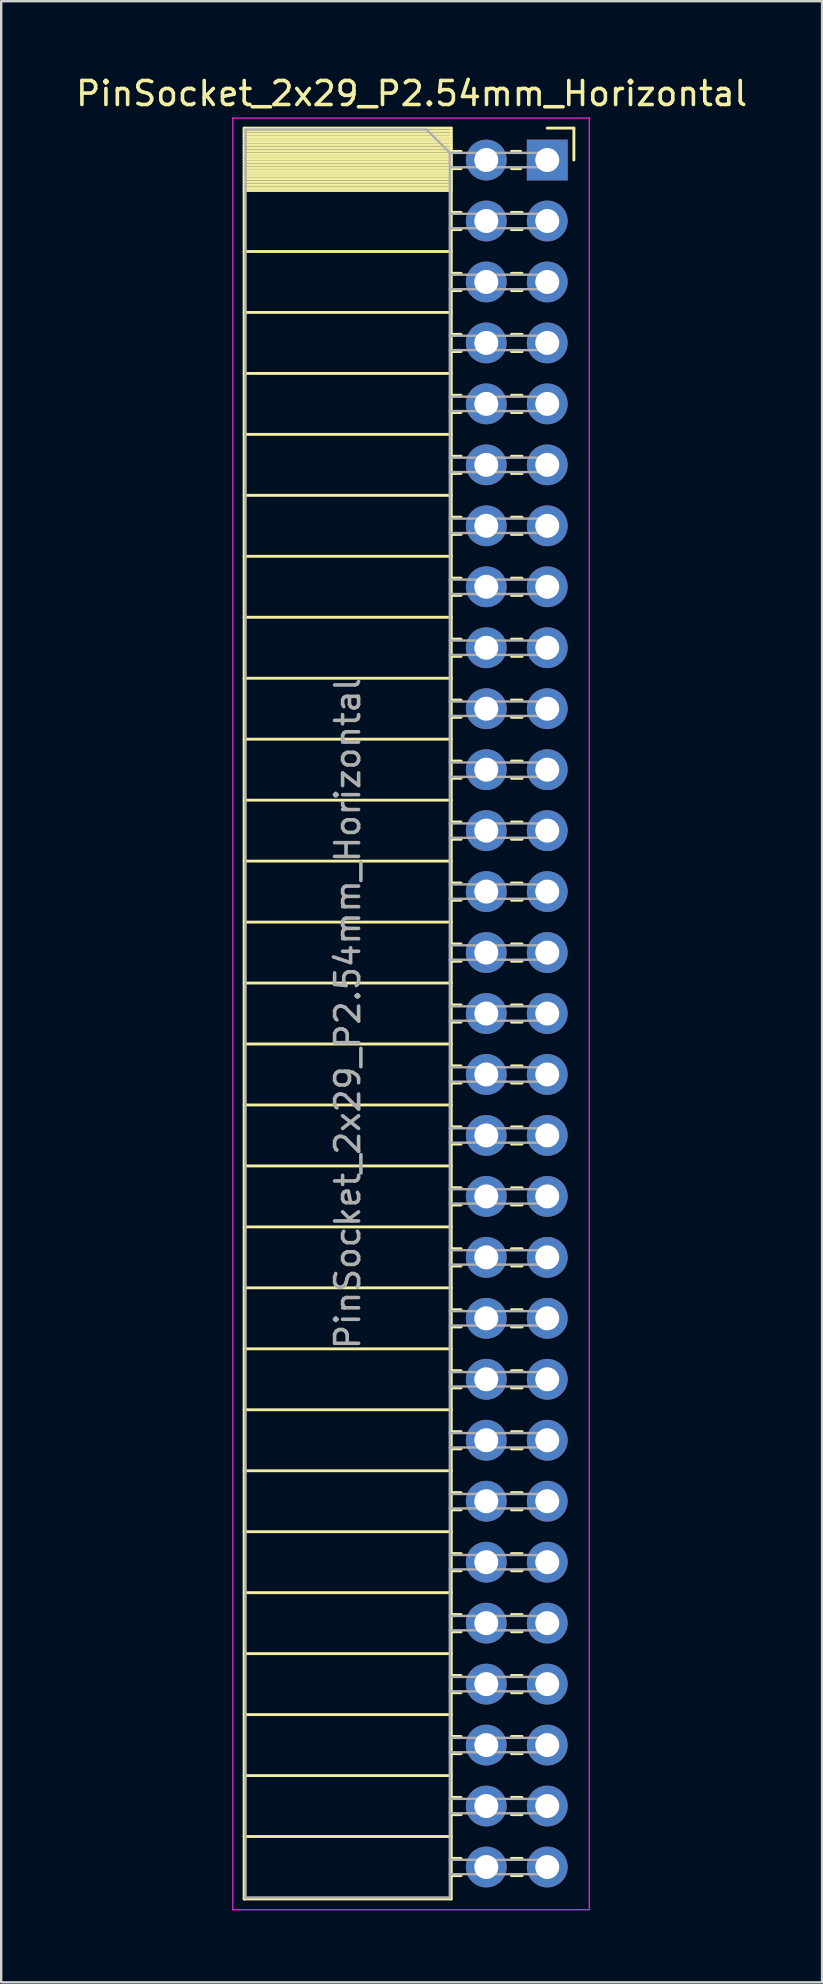
<source format=kicad_pcb>
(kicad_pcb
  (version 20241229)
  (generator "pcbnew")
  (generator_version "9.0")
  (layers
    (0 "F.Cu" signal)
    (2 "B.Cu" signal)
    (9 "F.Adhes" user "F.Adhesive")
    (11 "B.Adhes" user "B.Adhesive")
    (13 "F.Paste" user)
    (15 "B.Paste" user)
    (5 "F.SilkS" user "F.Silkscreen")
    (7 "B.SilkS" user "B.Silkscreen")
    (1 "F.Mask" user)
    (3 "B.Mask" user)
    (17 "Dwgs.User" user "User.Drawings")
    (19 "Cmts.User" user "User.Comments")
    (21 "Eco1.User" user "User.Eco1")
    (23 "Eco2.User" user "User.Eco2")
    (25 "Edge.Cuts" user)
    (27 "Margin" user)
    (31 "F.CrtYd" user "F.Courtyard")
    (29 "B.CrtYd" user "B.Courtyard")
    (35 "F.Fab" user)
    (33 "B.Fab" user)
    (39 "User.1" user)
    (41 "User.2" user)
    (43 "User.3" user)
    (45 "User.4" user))
  (footprint "PinSocket_2x29_P2.54mm_Horizontal"
    (layer "F.Cu")
    (at 19.751 3.618)
    (property "Reference" "PinSocket_2x29_P2.54mm_Horizontal" (at -5.65 -2.77 0) (layer "F.SilkS") (effects (font (size 1 1) (thickness 0.15))))
    (attr through_hole)
    (fp_line (start -12.63 -1.33) (end -12.63 72.45) (stroke (width 0.12) (type solid)) (layer "F.SilkS"))
    (fp_line (start -12.63 -1.33) (end -4 -1.33) (stroke (width 0.12) (type solid)) (layer "F.SilkS"))
    (fp_line (start -12.63 -1.21) (end -4 -1.21) (stroke (width 0.12) (type solid)) (layer "F.SilkS"))
    (fp_line (start -12.63 -1.092) (end -4 -1.092) (stroke (width 0.12) (type solid)) (layer "F.SilkS"))
    (fp_line (start -12.63 -0.974) (end -4 -0.974) (stroke (width 0.12) (type solid)) (layer "F.SilkS"))
    (fp_line (start -12.63 -0.856) (end -4 -0.856) (stroke (width 0.12) (type solid)) (layer "F.SilkS"))
    (fp_line (start -12.63 -0.738) (end -4 -0.738) (stroke (width 0.12) (type solid)) (layer "F.SilkS"))
    (fp_line (start -12.63 -0.62) (end -4 -0.62) (stroke (width 0.12) (type solid)) (layer "F.SilkS"))
    (fp_line (start -12.63 -0.501) (end -4 -0.501) (stroke (width 0.12) (type solid)) (layer "F.SilkS"))
    (fp_line (start -12.63 -0.383) (end -4 -0.383) (stroke (width 0.12) (type solid)) (layer "F.SilkS"))
    (fp_line (start -12.63 -0.265) (end -4 -0.265) (stroke (width 0.12) (type solid)) (layer "F.SilkS"))
    (fp_line (start -12.63 -0.147) (end -4 -0.147) (stroke (width 0.12) (type solid)) (layer "F.SilkS"))
    (fp_line (start -12.63 -0.029) (end -4 -0.029) (stroke (width 0.12) (type solid)) (layer "F.SilkS"))
    (fp_line (start -12.63 0.089) (end -4 0.089) (stroke (width 0.12) (type solid)) (layer "F.SilkS"))
    (fp_line (start -12.63 0.207) (end -4 0.207) (stroke (width 0.12) (type solid)) (layer "F.SilkS"))
    (fp_line (start -12.63 0.325) (end -4 0.325) (stroke (width 0.12) (type solid)) (layer "F.SilkS"))
    (fp_line (start -12.63 0.443) (end -4 0.443) (stroke (width 0.12) (type solid)) (layer "F.SilkS"))
    (fp_line (start -12.63 0.561) (end -4 0.561) (stroke (width 0.12) (type solid)) (layer "F.SilkS"))
    (fp_line (start -12.63 0.68) (end -4 0.68) (stroke (width 0.12) (type solid)) (layer "F.SilkS"))
    (fp_line (start -12.63 0.798) (end -4 0.798) (stroke (width 0.12) (type solid)) (layer "F.SilkS"))
    (fp_line (start -12.63 0.916) (end -4 0.916) (stroke (width 0.12) (type solid)) (layer "F.SilkS"))
    (fp_line (start -12.63 1.034) (end -4 1.034) (stroke (width 0.12) (type solid)) (layer "F.SilkS"))
    (fp_line (start -12.63 1.152) (end -4 1.152) (stroke (width 0.12) (type solid)) (layer "F.SilkS"))
    (fp_line (start -12.63 1.27) (end -4 1.27) (stroke (width 0.12) (type solid)) (layer "F.SilkS"))
    (fp_line (start -12.63 3.81) (end -4 3.81) (stroke (width 0.12) (type solid)) (layer "F.SilkS"))
    (fp_line (start -12.63 6.35) (end -4 6.35) (stroke (width 0.12) (type solid)) (layer "F.SilkS"))
    (fp_line (start -12.63 8.89) (end -4 8.89) (stroke (width 0.12) (type solid)) (layer "F.SilkS"))
    (fp_line (start -12.63 11.43) (end -4 11.43) (stroke (width 0.12) (type solid)) (layer "F.SilkS"))
    (fp_line (start -12.63 13.97) (end -4 13.97) (stroke (width 0.12) (type solid)) (layer "F.SilkS"))
    (fp_line (start -12.63 16.51) (end -4 16.51) (stroke (width 0.12) (type solid)) (layer "F.SilkS"))
    (fp_line (start -12.63 19.05) (end -4 19.05) (stroke (width 0.12) (type solid)) (layer "F.SilkS"))
    (fp_line (start -12.63 21.59) (end -4 21.59) (stroke (width 0.12) (type solid)) (layer "F.SilkS"))
    (fp_line (start -12.63 24.13) (end -4 24.13) (stroke (width 0.12) (type solid)) (layer "F.SilkS"))
    (fp_line (start -12.63 26.67) (end -4 26.67) (stroke (width 0.12) (type solid)) (layer "F.SilkS"))
    (fp_line (start -12.63 29.21) (end -4 29.21) (stroke (width 0.12) (type solid)) (layer "F.SilkS"))
    (fp_line (start -12.63 31.75) (end -4 31.75) (stroke (width 0.12) (type solid)) (layer "F.SilkS"))
    (fp_line (start -12.63 34.29) (end -4 34.29) (stroke (width 0.12) (type solid)) (layer "F.SilkS"))
    (fp_line (start -12.63 36.83) (end -4 36.83) (stroke (width 0.12) (type solid)) (layer "F.SilkS"))
    (fp_line (start -12.63 39.37) (end -4 39.37) (stroke (width 0.12) (type solid)) (layer "F.SilkS"))
    (fp_line (start -12.63 41.91) (end -4 41.91) (stroke (width 0.12) (type solid)) (layer "F.SilkS"))
    (fp_line (start -12.63 44.45) (end -4 44.45) (stroke (width 0.12) (type solid)) (layer "F.SilkS"))
    (fp_line (start -12.63 46.99) (end -4 46.99) (stroke (width 0.12) (type solid)) (layer "F.SilkS"))
    (fp_line (start -12.63 49.53) (end -4 49.53) (stroke (width 0.12) (type solid)) (layer "F.SilkS"))
    (fp_line (start -12.63 52.07) (end -4 52.07) (stroke (width 0.12) (type solid)) (layer "F.SilkS"))
    (fp_line (start -12.63 54.61) (end -4 54.61) (stroke (width 0.12) (type solid)) (layer "F.SilkS"))
    (fp_line (start -12.63 57.15) (end -4 57.15) (stroke (width 0.12) (type solid)) (layer "F.SilkS"))
    (fp_line (start -12.63 59.69) (end -4 59.69) (stroke (width 0.12) (type solid)) (layer "F.SilkS"))
    (fp_line (start -12.63 62.23) (end -4 62.23) (stroke (width 0.12) (type solid)) (layer "F.SilkS"))
    (fp_line (start -12.63 64.77) (end -4 64.77) (stroke (width 0.12) (type solid)) (layer "F.SilkS"))
    (fp_line (start -12.63 67.31) (end -4 67.31) (stroke (width 0.12) (type solid)) (layer "F.SilkS"))
    (fp_line (start -12.63 69.85) (end -4 69.85) (stroke (width 0.12) (type solid)) (layer "F.SilkS"))
    (fp_line (start -12.63 72.45) (end -4 72.45) (stroke (width 0.12) (type solid)) (layer "F.SilkS"))
    (fp_line (start -4 -1.33) (end -4 72.45) (stroke (width 0.12) (type solid)) (layer "F.SilkS"))
    (fp_line (start -4 -0.36) (end -3.59 -0.36) (stroke (width 0.12) (type solid)) (layer "F.SilkS"))
    (fp_line (start -4 0.36) (end -3.59 0.36) (stroke (width 0.12) (type solid)) (layer "F.SilkS"))
    (fp_line (start -4 2.18) (end -3.59 2.18) (stroke (width 0.12) (type solid)) (layer "F.SilkS"))
    (fp_line (start -4 2.9) (end -3.59 2.9) (stroke (width 0.12) (type solid)) (layer "F.SilkS"))
    (fp_line (start -4 4.72) (end -3.59 4.72) (stroke (width 0.12) (type solid)) (layer "F.SilkS"))
    (fp_line (start -4 5.44) (end -3.59 5.44) (stroke (width 0.12) (type solid)) (layer "F.SilkS"))
    (fp_line (start -4 7.26) (end -3.59 7.26) (stroke (width 0.12) (type solid)) (layer "F.SilkS"))
    (fp_line (start -4 7.98) (end -3.59 7.98) (stroke (width 0.12) (type solid)) (layer "F.SilkS"))
    (fp_line (start -4 9.8) (end -3.59 9.8) (stroke (width 0.12) (type solid)) (layer "F.SilkS"))
    (fp_line (start -4 10.52) (end -3.59 10.52) (stroke (width 0.12) (type solid)) (layer "F.SilkS"))
    (fp_line (start -4 12.34) (end -3.59 12.34) (stroke (width 0.12) (type solid)) (layer "F.SilkS"))
    (fp_line (start -4 13.06) (end -3.59 13.06) (stroke (width 0.12) (type solid)) (layer "F.SilkS"))
    (fp_line (start -4 14.88) (end -3.59 14.88) (stroke (width 0.12) (type solid)) (layer "F.SilkS"))
    (fp_line (start -4 15.6) (end -3.59 15.6) (stroke (width 0.12) (type solid)) (layer "F.SilkS"))
    (fp_line (start -4 17.42) (end -3.59 17.42) (stroke (width 0.12) (type solid)) (layer "F.SilkS"))
    (fp_line (start -4 18.14) (end -3.59 18.14) (stroke (width 0.12) (type solid)) (layer "F.SilkS"))
    (fp_line (start -4 19.96) (end -3.59 19.96) (stroke (width 0.12) (type solid)) (layer "F.SilkS"))
    (fp_line (start -4 20.68) (end -3.59 20.68) (stroke (width 0.12) (type solid)) (layer "F.SilkS"))
    (fp_line (start -4 22.5) (end -3.59 22.5) (stroke (width 0.12) (type solid)) (layer "F.SilkS"))
    (fp_line (start -4 23.22) (end -3.59 23.22) (stroke (width 0.12) (type solid)) (layer "F.SilkS"))
    (fp_line (start -4 25.04) (end -3.59 25.04) (stroke (width 0.12) (type solid)) (layer "F.SilkS"))
    (fp_line (start -4 25.76) (end -3.59 25.76) (stroke (width 0.12) (type solid)) (layer "F.SilkS"))
    (fp_line (start -4 27.58) (end -3.59 27.58) (stroke (width 0.12) (type solid)) (layer "F.SilkS"))
    (fp_line (start -4 28.3) (end -3.59 28.3) (stroke (width 0.12) (type solid)) (layer "F.SilkS"))
    (fp_line (start -4 30.12) (end -3.59 30.12) (stroke (width 0.12) (type solid)) (layer "F.SilkS"))
    (fp_line (start -4 30.84) (end -3.59 30.84) (stroke (width 0.12) (type solid)) (layer "F.SilkS"))
    (fp_line (start -4 32.66) (end -3.59 32.66) (stroke (width 0.12) (type solid)) (layer "F.SilkS"))
    (fp_line (start -4 33.38) (end -3.59 33.38) (stroke (width 0.12) (type solid)) (layer "F.SilkS"))
    (fp_line (start -4 35.2) (end -3.59 35.2) (stroke (width 0.12) (type solid)) (layer "F.SilkS"))
    (fp_line (start -4 35.92) (end -3.59 35.92) (stroke (width 0.12) (type solid)) (layer "F.SilkS"))
    (fp_line (start -4 37.74) (end -3.59 37.74) (stroke (width 0.12) (type solid)) (layer "F.SilkS"))
    (fp_line (start -4 38.46) (end -3.59 38.46) (stroke (width 0.12) (type solid)) (layer "F.SilkS"))
    (fp_line (start -4 40.28) (end -3.59 40.28) (stroke (width 0.12) (type solid)) (layer "F.SilkS"))
    (fp_line (start -4 41) (end -3.59 41) (stroke (width 0.12) (type solid)) (layer "F.SilkS"))
    (fp_line (start -4 42.82) (end -3.59 42.82) (stroke (width 0.12) (type solid)) (layer "F.SilkS"))
    (fp_line (start -4 43.54) (end -3.59 43.54) (stroke (width 0.12) (type solid)) (layer "F.SilkS"))
    (fp_line (start -4 45.36) (end -3.59 45.36) (stroke (width 0.12) (type solid)) (layer "F.SilkS"))
    (fp_line (start -4 46.08) (end -3.59 46.08) (stroke (width 0.12) (type solid)) (layer "F.SilkS"))
    (fp_line (start -4 47.9) (end -3.59 47.9) (stroke (width 0.12) (type solid)) (layer "F.SilkS"))
    (fp_line (start -4 48.62) (end -3.59 48.62) (stroke (width 0.12) (type solid)) (layer "F.SilkS"))
    (fp_line (start -4 50.44) (end -3.59 50.44) (stroke (width 0.12) (type solid)) (layer "F.SilkS"))
    (fp_line (start -4 51.16) (end -3.59 51.16) (stroke (width 0.12) (type solid)) (layer "F.SilkS"))
    (fp_line (start -4 52.98) (end -3.59 52.98) (stroke (width 0.12) (type solid)) (layer "F.SilkS"))
    (fp_line (start -4 53.7) (end -3.59 53.7) (stroke (width 0.12) (type solid)) (layer "F.SilkS"))
    (fp_line (start -4 55.52) (end -3.59 55.52) (stroke (width 0.12) (type solid)) (layer "F.SilkS"))
    (fp_line (start -4 56.24) (end -3.59 56.24) (stroke (width 0.12) (type solid)) (layer "F.SilkS"))
    (fp_line (start -4 58.06) (end -3.59 58.06) (stroke (width 0.12) (type solid)) (layer "F.SilkS"))
    (fp_line (start -4 58.78) (end -3.59 58.78) (stroke (width 0.12) (type solid)) (layer "F.SilkS"))
    (fp_line (start -4 60.6) (end -3.59 60.6) (stroke (width 0.12) (type solid)) (layer "F.SilkS"))
    (fp_line (start -4 61.32) (end -3.59 61.32) (stroke (width 0.12) (type solid)) (layer "F.SilkS"))
    (fp_line (start -4 63.14) (end -3.59 63.14) (stroke (width 0.12) (type solid)) (layer "F.SilkS"))
    (fp_line (start -4 63.86) (end -3.59 63.86) (stroke (width 0.12) (type solid)) (layer "F.SilkS"))
    (fp_line (start -4 65.68) (end -3.59 65.68) (stroke (width 0.12) (type solid)) (layer "F.SilkS"))
    (fp_line (start -4 66.4) (end -3.59 66.4) (stroke (width 0.12) (type solid)) (layer "F.SilkS"))
    (fp_line (start -4 68.22) (end -3.59 68.22) (stroke (width 0.12) (type solid)) (layer "F.SilkS"))
    (fp_line (start -4 68.94) (end -3.59 68.94) (stroke (width 0.12) (type solid)) (layer "F.SilkS"))
    (fp_line (start -4 70.76) (end -3.59 70.76) (stroke (width 0.12) (type solid)) (layer "F.SilkS"))
    (fp_line (start -4 71.48) (end -3.59 71.48) (stroke (width 0.12) (type solid)) (layer "F.SilkS"))
    (fp_line (start -1.49 -0.36) (end -1.11 -0.36) (stroke (width 0.12) (type solid)) (layer "F.SilkS"))
    (fp_line (start -1.49 0.36) (end -1.11 0.36) (stroke (width 0.12) (type solid)) (layer "F.SilkS"))
    (fp_line (start -1.49 2.18) (end -1.05 2.18) (stroke (width 0.12) (type solid)) (layer "F.SilkS"))
    (fp_line (start -1.49 2.9) (end -1.05 2.9) (stroke (width 0.12) (type solid)) (layer "F.SilkS"))
    (fp_line (start -1.49 4.72) (end -1.05 4.72) (stroke (width 0.12) (type solid)) (layer "F.SilkS"))
    (fp_line (start -1.49 5.44) (end -1.05 5.44) (stroke (width 0.12) (type solid)) (layer "F.SilkS"))
    (fp_line (start -1.49 7.26) (end -1.05 7.26) (stroke (width 0.12) (type solid)) (layer "F.SilkS"))
    (fp_line (start -1.49 7.98) (end -1.05 7.98) (stroke (width 0.12) (type solid)) (layer "F.SilkS"))
    (fp_line (start -1.49 9.8) (end -1.05 9.8) (stroke (width 0.12) (type solid)) (layer "F.SilkS"))
    (fp_line (start -1.49 10.52) (end -1.05 10.52) (stroke (width 0.12) (type solid)) (layer "F.SilkS"))
    (fp_line (start -1.49 12.34) (end -1.05 12.34) (stroke (width 0.12) (type solid)) (layer "F.SilkS"))
    (fp_line (start -1.49 13.06) (end -1.05 13.06) (stroke (width 0.12) (type solid)) (layer "F.SilkS"))
    (fp_line (start -1.49 14.88) (end -1.05 14.88) (stroke (width 0.12) (type solid)) (layer "F.SilkS"))
    (fp_line (start -1.49 15.6) (end -1.05 15.6) (stroke (width 0.12) (type solid)) (layer "F.SilkS"))
    (fp_line (start -1.49 17.42) (end -1.05 17.42) (stroke (width 0.12) (type solid)) (layer "F.SilkS"))
    (fp_line (start -1.49 18.14) (end -1.05 18.14) (stroke (width 0.12) (type solid)) (layer "F.SilkS"))
    (fp_line (start -1.49 19.96) (end -1.05 19.96) (stroke (width 0.12) (type solid)) (layer "F.SilkS"))
    (fp_line (start -1.49 20.68) (end -1.05 20.68) (stroke (width 0.12) (type solid)) (layer "F.SilkS"))
    (fp_line (start -1.49 22.5) (end -1.05 22.5) (stroke (width 0.12) (type solid)) (layer "F.SilkS"))
    (fp_line (start -1.49 23.22) (end -1.05 23.22) (stroke (width 0.12) (type solid)) (layer "F.SilkS"))
    (fp_line (start -1.49 25.04) (end -1.05 25.04) (stroke (width 0.12) (type solid)) (layer "F.SilkS"))
    (fp_line (start -1.49 25.76) (end -1.05 25.76) (stroke (width 0.12) (type solid)) (layer "F.SilkS"))
    (fp_line (start -1.49 27.58) (end -1.05 27.58) (stroke (width 0.12) (type solid)) (layer "F.SilkS"))
    (fp_line (start -1.49 28.3) (end -1.05 28.3) (stroke (width 0.12) (type solid)) (layer "F.SilkS"))
    (fp_line (start -1.49 30.12) (end -1.05 30.12) (stroke (width 0.12) (type solid)) (layer "F.SilkS"))
    (fp_line (start -1.49 30.84) (end -1.05 30.84) (stroke (width 0.12) (type solid)) (layer "F.SilkS"))
    (fp_line (start -1.49 32.66) (end -1.05 32.66) (stroke (width 0.12) (type solid)) (layer "F.SilkS"))
    (fp_line (start -1.49 33.38) (end -1.05 33.38) (stroke (width 0.12) (type solid)) (layer "F.SilkS"))
    (fp_line (start -1.49 35.2) (end -1.05 35.2) (stroke (width 0.12) (type solid)) (layer "F.SilkS"))
    (fp_line (start -1.49 35.92) (end -1.05 35.92) (stroke (width 0.12) (type solid)) (layer "F.SilkS"))
    (fp_line (start -1.49 37.74) (end -1.05 37.74) (stroke (width 0.12) (type solid)) (layer "F.SilkS"))
    (fp_line (start -1.49 38.46) (end -1.05 38.46) (stroke (width 0.12) (type solid)) (layer "F.SilkS"))
    (fp_line (start -1.49 40.28) (end -1.05 40.28) (stroke (width 0.12) (type solid)) (layer "F.SilkS"))
    (fp_line (start -1.49 41) (end -1.05 41) (stroke (width 0.12) (type solid)) (layer "F.SilkS"))
    (fp_line (start -1.49 42.82) (end -1.05 42.82) (stroke (width 0.12) (type solid)) (layer "F.SilkS"))
    (fp_line (start -1.49 43.54) (end -1.05 43.54) (stroke (width 0.12) (type solid)) (layer "F.SilkS"))
    (fp_line (start -1.49 45.36) (end -1.05 45.36) (stroke (width 0.12) (type solid)) (layer "F.SilkS"))
    (fp_line (start -1.49 46.08) (end -1.05 46.08) (stroke (width 0.12) (type solid)) (layer "F.SilkS"))
    (fp_line (start -1.49 47.9) (end -1.05 47.9) (stroke (width 0.12) (type solid)) (layer "F.SilkS"))
    (fp_line (start -1.49 48.62) (end -1.05 48.62) (stroke (width 0.12) (type solid)) (layer "F.SilkS"))
    (fp_line (start -1.49 50.44) (end -1.05 50.44) (stroke (width 0.12) (type solid)) (layer "F.SilkS"))
    (fp_line (start -1.49 51.16) (end -1.05 51.16) (stroke (width 0.12) (type solid)) (layer "F.SilkS"))
    (fp_line (start -1.49 52.98) (end -1.05 52.98) (stroke (width 0.12) (type solid)) (layer "F.SilkS"))
    (fp_line (start -1.49 53.7) (end -1.05 53.7) (stroke (width 0.12) (type solid)) (layer "F.SilkS"))
    (fp_line (start -1.49 55.52) (end -1.05 55.52) (stroke (width 0.12) (type solid)) (layer "F.SilkS"))
    (fp_line (start -1.49 56.24) (end -1.05 56.24) (stroke (width 0.12) (type solid)) (layer "F.SilkS"))
    (fp_line (start -1.49 58.06) (end -1.05 58.06) (stroke (width 0.12) (type solid)) (layer "F.SilkS"))
    (fp_line (start -1.49 58.78) (end -1.05 58.78) (stroke (width 0.12) (type solid)) (layer "F.SilkS"))
    (fp_line (start -1.49 60.6) (end -1.05 60.6) (stroke (width 0.12) (type solid)) (layer "F.SilkS"))
    (fp_line (start -1.49 61.32) (end -1.05 61.32) (stroke (width 0.12) (type solid)) (layer "F.SilkS"))
    (fp_line (start -1.49 63.14) (end -1.05 63.14) (stroke (width 0.12) (type solid)) (layer "F.SilkS"))
    (fp_line (start -1.49 63.86) (end -1.05 63.86) (stroke (width 0.12) (type solid)) (layer "F.SilkS"))
    (fp_line (start -1.49 65.68) (end -1.05 65.68) (stroke (width 0.12) (type solid)) (layer "F.SilkS"))
    (fp_line (start -1.49 66.4) (end -1.05 66.4) (stroke (width 0.12) (type solid)) (layer "F.SilkS"))
    (fp_line (start -1.49 68.22) (end -1.05 68.22) (stroke (width 0.12) (type solid)) (layer "F.SilkS"))
    (fp_line (start -1.49 68.94) (end -1.05 68.94) (stroke (width 0.12) (type solid)) (layer "F.SilkS"))
    (fp_line (start -1.49 70.76) (end -1.05 70.76) (stroke (width 0.12) (type solid)) (layer "F.SilkS"))
    (fp_line (start -1.49 71.48) (end -1.05 71.48) (stroke (width 0.12) (type solid)) (layer "F.SilkS"))
    (fp_line (start 0 -1.33) (end 1.11 -1.33) (stroke (width 0.12) (type solid)) (layer "F.SilkS"))
    (fp_line (start 1.11 -1.33) (end 1.11 0) (stroke (width 0.12) (type solid)) (layer "F.SilkS"))
    (fp_line (start -13.1 -1.75) (end -13.1 72.9) (stroke (width 0.05) (type solid)) (layer "F.CrtYd"))
    (fp_line (start -13.1 72.9) (end 1.75 72.9) (stroke (width 0.05) (type solid)) (layer "F.CrtYd"))
    (fp_line (start 1.75 -1.75) (end -13.1 -1.75) (stroke (width 0.05) (type solid)) (layer "F.CrtYd"))
    (fp_line (start 1.75 72.9) (end 1.75 -1.75) (stroke (width 0.05) (type solid)) (layer "F.CrtYd"))
    (fp_line (start -12.57 -1.27) (end -5.03 -1.27) (stroke (width 0.1) (type solid)) (layer "F.Fab"))
    (fp_line (start -12.57 72.39) (end -12.57 -1.27) (stroke (width 0.1) (type solid)) (layer "F.Fab"))
    (fp_line (start -5.03 -1.27) (end -4.06 -0.3) (stroke (width 0.1) (type solid)) (layer "F.Fab"))
    (fp_line (start -4.06 -0.3) (end -4.06 72.39) (stroke (width 0.1) (type solid)) (layer "F.Fab"))
    (fp_line (start -4.06 0.3) (end 0 0.3) (stroke (width 0.1) (type solid)) (layer "F.Fab"))
    (fp_line (start -4.06 2.84) (end 0 2.84) (stroke (width 0.1) (type solid)) (layer "F.Fab"))
    (fp_line (start -4.06 5.38) (end 0 5.38) (stroke (width 0.1) (type solid)) (layer "F.Fab"))
    (fp_line (start -4.06 7.92) (end 0 7.92) (stroke (width 0.1) (type solid)) (layer "F.Fab"))
    (fp_line (start -4.06 10.46) (end 0 10.46) (stroke (width 0.1) (type solid)) (layer "F.Fab"))
    (fp_line (start -4.06 13) (end 0 13) (stroke (width 0.1) (type solid)) (layer "F.Fab"))
    (fp_line (start -4.06 15.54) (end 0 15.54) (stroke (width 0.1) (type solid)) (layer "F.Fab"))
    (fp_line (start -4.06 18.08) (end 0 18.08) (stroke (width 0.1) (type solid)) (layer "F.Fab"))
    (fp_line (start -4.06 20.62) (end 0 20.62) (stroke (width 0.1) (type solid)) (layer "F.Fab"))
    (fp_line (start -4.06 23.16) (end 0 23.16) (stroke (width 0.1) (type solid)) (layer "F.Fab"))
    (fp_line (start -4.06 25.7) (end 0 25.7) (stroke (width 0.1) (type solid)) (layer "F.Fab"))
    (fp_line (start -4.06 28.24) (end 0 28.24) (stroke (width 0.1) (type solid)) (layer "F.Fab"))
    (fp_line (start -4.06 30.78) (end 0 30.78) (stroke (width 0.1) (type solid)) (layer "F.Fab"))
    (fp_line (start -4.06 33.32) (end 0 33.32) (stroke (width 0.1) (type solid)) (layer "F.Fab"))
    (fp_line (start -4.06 35.86) (end 0 35.86) (stroke (width 0.1) (type solid)) (layer "F.Fab"))
    (fp_line (start -4.06 38.4) (end 0 38.4) (stroke (width 0.1) (type solid)) (layer "F.Fab"))
    (fp_line (start -4.06 40.94) (end 0 40.94) (stroke (width 0.1) (type solid)) (layer "F.Fab"))
    (fp_line (start -4.06 43.48) (end 0 43.48) (stroke (width 0.1) (type solid)) (layer "F.Fab"))
    (fp_line (start -4.06 46.02) (end 0 46.02) (stroke (width 0.1) (type solid)) (layer "F.Fab"))
    (fp_line (start -4.06 48.56) (end 0 48.56) (stroke (width 0.1) (type solid)) (layer "F.Fab"))
    (fp_line (start -4.06 51.1) (end 0 51.1) (stroke (width 0.1) (type solid)) (layer "F.Fab"))
    (fp_line (start -4.06 53.64) (end 0 53.64) (stroke (width 0.1) (type solid)) (layer "F.Fab"))
    (fp_line (start -4.06 56.18) (end 0 56.18) (stroke (width 0.1) (type solid)) (layer "F.Fab"))
    (fp_line (start -4.06 58.72) (end 0 58.72) (stroke (width 0.1) (type solid)) (layer "F.Fab"))
    (fp_line (start -4.06 61.26) (end 0 61.26) (stroke (width 0.1) (type solid)) (layer "F.Fab"))
    (fp_line (start -4.06 63.8) (end 0 63.8) (stroke (width 0.1) (type solid)) (layer "F.Fab"))
    (fp_line (start -4.06 66.34) (end 0 66.34) (stroke (width 0.1) (type solid)) (layer "F.Fab"))
    (fp_line (start -4.06 68.88) (end 0 68.88) (stroke (width 0.1) (type solid)) (layer "F.Fab"))
    (fp_line (start -4.06 71.42) (end 0 71.42) (stroke (width 0.1) (type solid)) (layer "F.Fab"))
    (fp_line (start -4.06 72.39) (end -12.57 72.39) (stroke (width 0.1) (type solid)) (layer "F.Fab"))
    (fp_line (start 0 -0.3) (end -4.06 -0.3) (stroke (width 0.1) (type solid)) (layer "F.Fab"))
    (fp_line (start 0 0.3) (end 0 -0.3) (stroke (width 0.1) (type solid)) (layer "F.Fab"))
    (fp_line (start 0 2.24) (end -4.06 2.24) (stroke (width 0.1) (type solid)) (layer "F.Fab"))
    (fp_line (start 0 2.84) (end 0 2.24) (stroke (width 0.1) (type solid)) (layer "F.Fab"))
    (fp_line (start 0 4.78) (end -4.06 4.78) (stroke (width 0.1) (type solid)) (layer "F.Fab"))
    (fp_line (start 0 5.38) (end 0 4.78) (stroke (width 0.1) (type solid)) (layer "F.Fab"))
    (fp_line (start 0 7.32) (end -4.06 7.32) (stroke (width 0.1) (type solid)) (layer "F.Fab"))
    (fp_line (start 0 7.92) (end 0 7.32) (stroke (width 0.1) (type solid)) (layer "F.Fab"))
    (fp_line (start 0 9.86) (end -4.06 9.86) (stroke (width 0.1) (type solid)) (layer "F.Fab"))
    (fp_line (start 0 10.46) (end 0 9.86) (stroke (width 0.1) (type solid)) (layer "F.Fab"))
    (fp_line (start 0 12.4) (end -4.06 12.4) (stroke (width 0.1) (type solid)) (layer "F.Fab"))
    (fp_line (start 0 13) (end 0 12.4) (stroke (width 0.1) (type solid)) (layer "F.Fab"))
    (fp_line (start 0 14.94) (end -4.06 14.94) (stroke (width 0.1) (type solid)) (layer "F.Fab"))
    (fp_line (start 0 15.54) (end 0 14.94) (stroke (width 0.1) (type solid)) (layer "F.Fab"))
    (fp_line (start 0 17.48) (end -4.06 17.48) (stroke (width 0.1) (type solid)) (layer "F.Fab"))
    (fp_line (start 0 18.08) (end 0 17.48) (stroke (width 0.1) (type solid)) (layer "F.Fab"))
    (fp_line (start 0 20.02) (end -4.06 20.02) (stroke (width 0.1) (type solid)) (layer "F.Fab"))
    (fp_line (start 0 20.62) (end 0 20.02) (stroke (width 0.1) (type solid)) (layer "F.Fab"))
    (fp_line (start 0 22.56) (end -4.06 22.56) (stroke (width 0.1) (type solid)) (layer "F.Fab"))
    (fp_line (start 0 23.16) (end 0 22.56) (stroke (width 0.1) (type solid)) (layer "F.Fab"))
    (fp_line (start 0 25.1) (end -4.06 25.1) (stroke (width 0.1) (type solid)) (layer "F.Fab"))
    (fp_line (start 0 25.7) (end 0 25.1) (stroke (width 0.1) (type solid)) (layer "F.Fab"))
    (fp_line (start 0 27.64) (end -4.06 27.64) (stroke (width 0.1) (type solid)) (layer "F.Fab"))
    (fp_line (start 0 28.24) (end 0 27.64) (stroke (width 0.1) (type solid)) (layer "F.Fab"))
    (fp_line (start 0 30.18) (end -4.06 30.18) (stroke (width 0.1) (type solid)) (layer "F.Fab"))
    (fp_line (start 0 30.78) (end 0 30.18) (stroke (width 0.1) (type solid)) (layer "F.Fab"))
    (fp_line (start 0 32.72) (end -4.06 32.72) (stroke (width 0.1) (type solid)) (layer "F.Fab"))
    (fp_line (start 0 33.32) (end 0 32.72) (stroke (width 0.1) (type solid)) (layer "F.Fab"))
    (fp_line (start 0 35.26) (end -4.06 35.26) (stroke (width 0.1) (type solid)) (layer "F.Fab"))
    (fp_line (start 0 35.86) (end 0 35.26) (stroke (width 0.1) (type solid)) (layer "F.Fab"))
    (fp_line (start 0 37.8) (end -4.06 37.8) (stroke (width 0.1) (type solid)) (layer "F.Fab"))
    (fp_line (start 0 38.4) (end 0 37.8) (stroke (width 0.1) (type solid)) (layer "F.Fab"))
    (fp_line (start 0 40.34) (end -4.06 40.34) (stroke (width 0.1) (type solid)) (layer "F.Fab"))
    (fp_line (start 0 40.94) (end 0 40.34) (stroke (width 0.1) (type solid)) (layer "F.Fab"))
    (fp_line (start 0 42.88) (end -4.06 42.88) (stroke (width 0.1) (type solid)) (layer "F.Fab"))
    (fp_line (start 0 43.48) (end 0 42.88) (stroke (width 0.1) (type solid)) (layer "F.Fab"))
    (fp_line (start 0 45.42) (end -4.06 45.42) (stroke (width 0.1) (type solid)) (layer "F.Fab"))
    (fp_line (start 0 46.02) (end 0 45.42) (stroke (width 0.1) (type solid)) (layer "F.Fab"))
    (fp_line (start 0 47.96) (end -4.06 47.96) (stroke (width 0.1) (type solid)) (layer "F.Fab"))
    (fp_line (start 0 48.56) (end 0 47.96) (stroke (width 0.1) (type solid)) (layer "F.Fab"))
    (fp_line (start 0 50.5) (end -4.06 50.5) (stroke (width 0.1) (type solid)) (layer "F.Fab"))
    (fp_line (start 0 51.1) (end 0 50.5) (stroke (width 0.1) (type solid)) (layer "F.Fab"))
    (fp_line (start 0 53.04) (end -4.06 53.04) (stroke (width 0.1) (type solid)) (layer "F.Fab"))
    (fp_line (start 0 53.64) (end 0 53.04) (stroke (width 0.1) (type solid)) (layer "F.Fab"))
    (fp_line (start 0 55.58) (end -4.06 55.58) (stroke (width 0.1) (type solid)) (layer "F.Fab"))
    (fp_line (start 0 56.18) (end 0 55.58) (stroke (width 0.1) (type solid)) (layer "F.Fab"))
    (fp_line (start 0 58.12) (end -4.06 58.12) (stroke (width 0.1) (type solid)) (layer "F.Fab"))
    (fp_line (start 0 58.72) (end 0 58.12) (stroke (width 0.1) (type solid)) (layer "F.Fab"))
    (fp_line (start 0 60.66) (end -4.06 60.66) (stroke (width 0.1) (type solid)) (layer "F.Fab"))
    (fp_line (start 0 61.26) (end 0 60.66) (stroke (width 0.1) (type solid)) (layer "F.Fab"))
    (fp_line (start 0 63.2) (end -4.06 63.2) (stroke (width 0.1) (type solid)) (layer "F.Fab"))
    (fp_line (start 0 63.8) (end 0 63.2) (stroke (width 0.1) (type solid)) (layer "F.Fab"))
    (fp_line (start 0 65.74) (end -4.06 65.74) (stroke (width 0.1) (type solid)) (layer "F.Fab"))
    (fp_line (start 0 66.34) (end 0 65.74) (stroke (width 0.1) (type solid)) (layer "F.Fab"))
    (fp_line (start 0 68.28) (end -4.06 68.28) (stroke (width 0.1) (type solid)) (layer "F.Fab"))
    (fp_line (start 0 68.88) (end 0 68.28) (stroke (width 0.1) (type solid)) (layer "F.Fab"))
    (fp_line (start 0 70.82) (end -4.06 70.82) (stroke (width 0.1) (type solid)) (layer "F.Fab"))
    (fp_line (start 0 71.42) (end 0 70.82) (stroke (width 0.1) (type solid)) (layer "F.Fab"))
    (fp_text user "${REFERENCE}" (at -8.315 35.56 90) (layer "F.Fab") (effects (font (size 1 1) (thickness 0.15))))
    (pad "1" thru_hole rect (at 0 0) (size 1.7 1.7) (drill 1) (layers "*.Cu" "*.Mask"))
    (pad "2" thru_hole circle (at -2.54 0) (size 1.7 1.7) (drill 1) (layers "*.Cu" "*.Mask"))
    (pad "3" thru_hole circle (at 0 2.54) (size 1.7 1.7) (drill 1) (layers "*.Cu" "*.Mask"))
    (pad "4" thru_hole circle (at -2.54 2.54) (size 1.7 1.7) (drill 1) (layers "*.Cu" "*.Mask"))
    (pad "5" thru_hole circle (at 0 5.08) (size 1.7 1.7) (drill 1) (layers "*.Cu" "*.Mask"))
    (pad "6" thru_hole circle (at -2.54 5.08) (size 1.7 1.7) (drill 1) (layers "*.Cu" "*.Mask"))
    (pad "7" thru_hole circle (at 0 7.62) (size 1.7 1.7) (drill 1) (layers "*.Cu" "*.Mask"))
    (pad "8" thru_hole circle (at -2.54 7.62) (size 1.7 1.7) (drill 1) (layers "*.Cu" "*.Mask"))
    (pad "9" thru_hole circle (at 0 10.16) (size 1.7 1.7) (drill 1) (layers "*.Cu" "*.Mask"))
    (pad "10" thru_hole circle (at -2.54 10.16) (size 1.7 1.7) (drill 1) (layers "*.Cu" "*.Mask"))
    (pad "11" thru_hole circle (at 0 12.7) (size 1.7 1.7) (drill 1) (layers "*.Cu" "*.Mask"))
    (pad "12" thru_hole circle (at -2.54 12.7) (size 1.7 1.7) (drill 1) (layers "*.Cu" "*.Mask"))
    (pad "13" thru_hole circle (at 0 15.24) (size 1.7 1.7) (drill 1) (layers "*.Cu" "*.Mask"))
    (pad "14" thru_hole circle (at -2.54 15.24) (size 1.7 1.7) (drill 1) (layers "*.Cu" "*.Mask"))
    (pad "15" thru_hole circle (at 0 17.78) (size 1.7 1.7) (drill 1) (layers "*.Cu" "*.Mask"))
    (pad "16" thru_hole circle (at -2.54 17.78) (size 1.7 1.7) (drill 1) (layers "*.Cu" "*.Mask"))
    (pad "17" thru_hole circle (at 0 20.32) (size 1.7 1.7) (drill 1) (layers "*.Cu" "*.Mask"))
    (pad "18" thru_hole circle (at -2.54 20.32) (size 1.7 1.7) (drill 1) (layers "*.Cu" "*.Mask"))
    (pad "19" thru_hole circle (at 0 22.86) (size 1.7 1.7) (drill 1) (layers "*.Cu" "*.Mask"))
    (pad "20" thru_hole circle (at -2.54 22.86) (size 1.7 1.7) (drill 1) (layers "*.Cu" "*.Mask"))
    (pad "21" thru_hole circle (at 0 25.4) (size 1.7 1.7) (drill 1) (layers "*.Cu" "*.Mask"))
    (pad "22" thru_hole circle (at -2.54 25.4) (size 1.7 1.7) (drill 1) (layers "*.Cu" "*.Mask"))
    (pad "23" thru_hole circle (at 0 27.94) (size 1.7 1.7) (drill 1) (layers "*.Cu" "*.Mask"))
    (pad "24" thru_hole circle (at -2.54 27.94) (size 1.7 1.7) (drill 1) (layers "*.Cu" "*.Mask"))
    (pad "25" thru_hole circle (at 0 30.48) (size 1.7 1.7) (drill 1) (layers "*.Cu" "*.Mask"))
    (pad "26" thru_hole circle (at -2.54 30.48) (size 1.7 1.7) (drill 1) (layers "*.Cu" "*.Mask"))
    (pad "27" thru_hole circle (at 0 33.02) (size 1.7 1.7) (drill 1) (layers "*.Cu" "*.Mask"))
    (pad "28" thru_hole circle (at -2.54 33.02) (size 1.7 1.7) (drill 1) (layers "*.Cu" "*.Mask"))
    (pad "29" thru_hole circle (at 0 35.56) (size 1.7 1.7) (drill 1) (layers "*.Cu" "*.Mask"))
    (pad "30" thru_hole circle (at -2.54 35.56) (size 1.7 1.7) (drill 1) (layers "*.Cu" "*.Mask"))
    (pad "31" thru_hole circle (at 0 38.1) (size 1.7 1.7) (drill 1) (layers "*.Cu" "*.Mask"))
    (pad "32" thru_hole circle (at -2.54 38.1) (size 1.7 1.7) (drill 1) (layers "*.Cu" "*.Mask"))
    (pad "33" thru_hole circle (at 0 40.64) (size 1.7 1.7) (drill 1) (layers "*.Cu" "*.Mask"))
    (pad "34" thru_hole circle (at -2.54 40.64) (size 1.7 1.7) (drill 1) (layers "*.Cu" "*.Mask"))
    (pad "35" thru_hole circle (at 0 43.18) (size 1.7 1.7) (drill 1) (layers "*.Cu" "*.Mask"))
    (pad "36" thru_hole circle (at -2.54 43.18) (size 1.7 1.7) (drill 1) (layers "*.Cu" "*.Mask"))
    (pad "37" thru_hole circle (at 0 45.72) (size 1.7 1.7) (drill 1) (layers "*.Cu" "*.Mask"))
    (pad "38" thru_hole circle (at -2.54 45.72) (size 1.7 1.7) (drill 1) (layers "*.Cu" "*.Mask"))
    (pad "39" thru_hole circle (at 0 48.26) (size 1.7 1.7) (drill 1) (layers "*.Cu" "*.Mask"))
    (pad "40" thru_hole circle (at -2.54 48.26) (size 1.7 1.7) (drill 1) (layers "*.Cu" "*.Mask"))
    (pad "41" thru_hole circle (at 0 50.8) (size 1.7 1.7) (drill 1) (layers "*.Cu" "*.Mask"))
    (pad "42" thru_hole circle (at -2.54 50.8) (size 1.7 1.7) (drill 1) (layers "*.Cu" "*.Mask"))
    (pad "43" thru_hole circle (at 0 53.34) (size 1.7 1.7) (drill 1) (layers "*.Cu" "*.Mask"))
    (pad "44" thru_hole circle (at -2.54 53.34) (size 1.7 1.7) (drill 1) (layers "*.Cu" "*.Mask"))
    (pad "45" thru_hole circle (at 0 55.88) (size 1.7 1.7) (drill 1) (layers "*.Cu" "*.Mask"))
    (pad "46" thru_hole circle (at -2.54 55.88) (size 1.7 1.7) (drill 1) (layers "*.Cu" "*.Mask"))
    (pad "47" thru_hole circle (at 0 58.42) (size 1.7 1.7) (drill 1) (layers "*.Cu" "*.Mask"))
    (pad "48" thru_hole circle (at -2.54 58.42) (size 1.7 1.7) (drill 1) (layers "*.Cu" "*.Mask"))
    (pad "49" thru_hole circle (at 0 60.96) (size 1.7 1.7) (drill 1) (layers "*.Cu" "*.Mask"))
    (pad "50" thru_hole circle (at -2.54 60.96) (size 1.7 1.7) (drill 1) (layers "*.Cu" "*.Mask"))
    (pad "51" thru_hole circle (at 0 63.5) (size 1.7 1.7) (drill 1) (layers "*.Cu" "*.Mask"))
    (pad "52" thru_hole circle (at -2.54 63.5) (size 1.7 1.7) (drill 1) (layers "*.Cu" "*.Mask"))
    (pad "53" thru_hole circle (at 0 66.04) (size 1.7 1.7) (drill 1) (layers "*.Cu" "*.Mask"))
    (pad "54" thru_hole circle (at -2.54 66.04) (size 1.7 1.7) (drill 1) (layers "*.Cu" "*.Mask"))
    (pad "55" thru_hole circle (at 0 68.58) (size 1.7 1.7) (drill 1) (layers "*.Cu" "*.Mask"))
    (pad "56" thru_hole circle (at -2.54 68.58) (size 1.7 1.7) (drill 1) (layers "*.Cu" "*.Mask"))
    (pad "57" thru_hole circle (at 0 71.12) (size 1.7 1.7) (drill 1) (layers "*.Cu" "*.Mask"))
    (pad "58" thru_hole circle (at -2.54 71.12) (size 1.7 1.7) (drill 1) (layers "*.Cu" "*.Mask")))
  (gr_rect
    (start -3 -3)
    (end 31.202 79.543)
    (stroke (width 0.1) (type default))
    (fill no)
    (layer "Edge.Cuts")))
</source>
